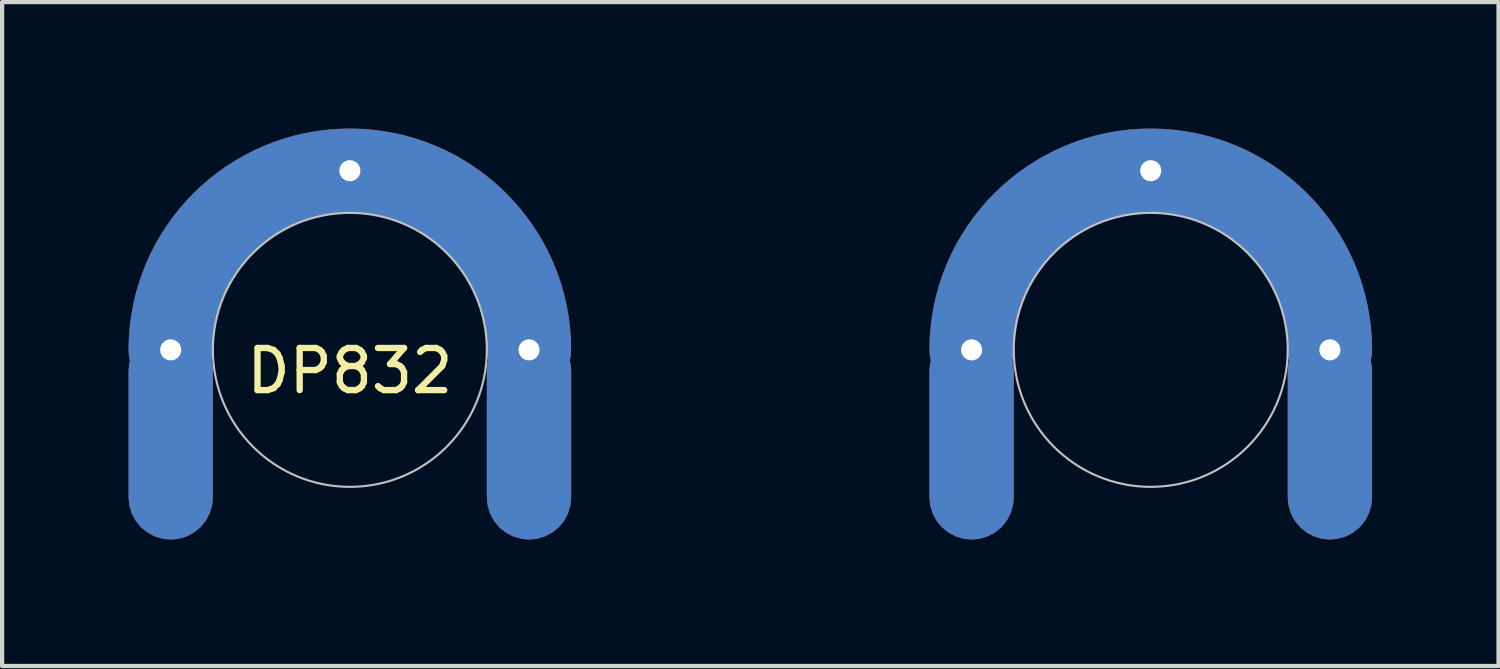
<source format=kicad_pcb>
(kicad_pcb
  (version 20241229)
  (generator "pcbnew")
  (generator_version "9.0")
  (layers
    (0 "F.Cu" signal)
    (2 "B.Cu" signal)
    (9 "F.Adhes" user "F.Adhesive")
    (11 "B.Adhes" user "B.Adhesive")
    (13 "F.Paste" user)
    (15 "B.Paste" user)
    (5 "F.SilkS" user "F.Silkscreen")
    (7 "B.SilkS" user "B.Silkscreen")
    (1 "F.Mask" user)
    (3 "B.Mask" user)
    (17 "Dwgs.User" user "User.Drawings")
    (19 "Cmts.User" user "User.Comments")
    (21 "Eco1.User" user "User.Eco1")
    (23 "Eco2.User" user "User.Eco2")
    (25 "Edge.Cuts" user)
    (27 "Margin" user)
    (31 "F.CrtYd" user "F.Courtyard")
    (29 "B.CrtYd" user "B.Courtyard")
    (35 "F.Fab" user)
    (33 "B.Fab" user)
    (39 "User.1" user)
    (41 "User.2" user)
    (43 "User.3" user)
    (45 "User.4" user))
  (footprint "DP832"
    (layer "F.Cu")
    (at 5.25 5.25)
    (property "Reference" "DP832" (at 0 0.5 0) (layer "F.SilkS") (effects (font (size 1 1) (thickness 0.15))))
    (attr through_hole)
    (fp_arc (start -4.25 0) (mid 0 -4.25) (end 4.25 0) (stroke (width 2) (type solid)) (layer "F.Cu"))
    (fp_arc (start 14.75 0) (mid 19 -4.25) (end 23.25 0) (stroke (width 2) (type solid)) (layer "F.Cu"))
    (fp_arc (start -4.25 0) (mid 0 -4.25) (end 4.25 0) (stroke (width 2) (type solid)) (layer "F.Mask"))
    (fp_arc (start 14.75 0) (mid 19 -4.25) (end 23.25 0) (stroke (width 2) (type solid)) (layer "F.Mask"))
    (fp_arc (start -4.25 0) (mid 0 -4.25) (end 4.25 0) (stroke (width 2) (type solid)) (layer "B.Cu"))
    (fp_arc (start 14.75 0) (mid 19 -4.25) (end 23.25 0) (stroke (width 2) (type solid)) (layer "B.Cu"))
    (fp_arc (start -4.25 0) (mid 0 -4.25) (end 4.25 0) (stroke (width 2) (type solid)) (layer "B.Mask"))
    (fp_arc (start 14.75 0) (mid 19 -4.25) (end 23.25 0) (stroke (width 2) (type solid)) (layer "B.Mask"))
    (fp_circle (center 0 0) (end 3.25 0) (stroke (width 0.05) (type solid)) (fill no) (layer "Dwgs.User"))
    (fp_circle (center 19 0) (end 22.25 0) (stroke (width 0.05) (type solid)) (fill no) (layer "Dwgs.User"))
    (pad "1" thru_hole circle (at -4.25 0) (size 1 1) (drill 0.5) (layers "*.Cu" "*.Mask"))
    (pad "1" smd roundrect (at -4.25 2) (size 2 5) (layers "F.Cu" "F.Mask") (roundrect_rratio 0.5))
    (pad "1" smd roundrect (at -4.25 2) (size 2 5) (layers "B.Cu" "B.Mask") (roundrect_rratio 0.5))
    (pad "1" thru_hole circle (at 0 -4.25) (size 1 1) (drill 0.5) (layers "*.Cu" "*.Mask"))
    (pad "1" thru_hole circle (at 4.25 0) (size 1 1) (drill 0.5) (layers "*.Cu" "*.Mask"))
    (pad "1" smd roundrect (at 4.25 2) (size 2 5) (layers "F.Cu" "F.Mask") (roundrect_rratio 0.5))
    (pad "1" smd roundrect (at 4.25 2) (size 2 5) (layers "B.Cu" "B.Mask") (roundrect_rratio 0.5))
    (pad "2" thru_hole circle (at 14.75 0) (size 1 1) (drill 0.5) (layers "*.Cu" "*.Mask"))
    (pad "2" smd roundrect (at 14.75 2) (size 2 5) (layers "F.Cu" "F.Mask") (roundrect_rratio 0.5))
    (pad "2" smd roundrect (at 14.75 2) (size 2 5) (layers "B.Cu" "B.Mask") (roundrect_rratio 0.5))
    (pad "2" thru_hole circle (at 19 -4.25) (size 1 1) (drill 0.5) (layers "*.Cu" "*.Mask"))
    (pad "2" thru_hole circle (at 23.25 0) (size 1 1) (drill 0.5) (layers "*.Cu" "*.Mask"))
    (pad "2" smd roundrect (at 23.25 2) (size 2 5) (layers "F.Cu" "F.Mask") (roundrect_rratio 0.5))
    (pad "2" smd roundrect (at 23.25 2) (size 2 5) (layers "B.Cu" "B.Mask") (roundrect_rratio 0.5)))
  (gr_rect
    (start -3 -3)
    (end 32.5 12.75)
    (stroke (width 0.1) (type default))
    (fill no)
    (layer "Edge.Cuts")))
</source>
